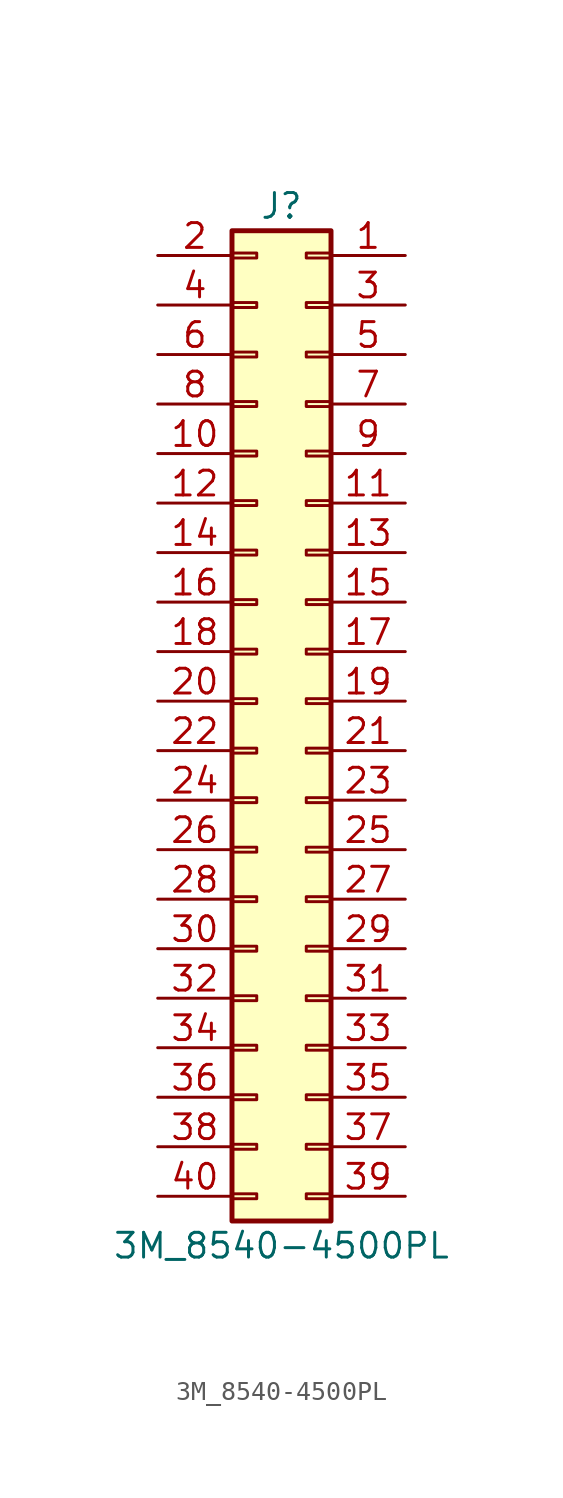
<source format=kicad_sym>
(kicad_symbol_lib
  (version 20211014)
  (generator kicad_symbol_editor)
  (symbol "3M_8540-4500PL"
    (pin_names
      (offset 1.016) hide)
    (property "Reference" "J"
      (at 1.27 25.4 0)
      (effects (font (size 1.27 1.27))))
    (property "Value" "3M_8540-4500PL"
      (at 1.27 -27.94 0)
      (effects (font (size 1.27 1.27))))
    (symbol "3M_8540-4500PL_1_1"
      (rectangle (start -1.27 -25.273) (end 0 -25.527) (stroke (width 0.152) (type default) (color 0 0 0 0)) (fill (type none)))
      (rectangle (start -1.27 -22.733) (end 0 -22.987) (stroke (width 0.152) (type default) (color 0 0 0 0)) (fill (type none)))
      (rectangle (start -1.27 -20.193) (end 0 -20.447) (stroke (width 0.152) (type default) (color 0 0 0 0)) (fill (type none)))
      (rectangle (start -1.27 -17.653) (end 0 -17.907) (stroke (width 0.152) (type default) (color 0 0 0 0)) (fill (type none)))
      (rectangle (start -1.27 -15.113) (end 0 -15.367) (stroke (width 0.152) (type default) (color 0 0 0 0)) (fill (type none)))
      (rectangle (start -1.27 -12.573) (end 0 -12.827) (stroke (width 0.152) (type default) (color 0 0 0 0)) (fill (type none)))
      (rectangle (start -1.27 -10.033) (end 0 -10.287) (stroke (width 0.152) (type default) (color 0 0 0 0)) (fill (type none)))
      (rectangle (start -1.27 -7.493) (end 0 -7.747) (stroke (width 0.152) (type default) (color 0 0 0 0)) (fill (type none)))
      (rectangle (start -1.27 -4.953) (end 0 -5.207) (stroke (width 0.152) (type default) (color 0 0 0 0)) (fill (type none)))
      (rectangle (start -1.27 -2.413) (end 0 -2.667) (stroke (width 0.152) (type default) (color 0 0 0 0)) (fill (type none)))
      (rectangle (start -1.27 0.127) (end 0 -0.127) (stroke (width 0.152) (type default) (color 0 0 0 0)) (fill (type none)))
      (rectangle (start -1.27 2.667) (end 0 2.413) (stroke (width 0.152) (type default) (color 0 0 0 0)) (fill (type none)))
      (rectangle (start -1.27 5.207) (end 0 4.953) (stroke (width 0.152) (type default) (color 0 0 0 0)) (fill (type none)))
      (rectangle (start -1.27 7.747) (end 0 7.493) (stroke (width 0.152) (type default) (color 0 0 0 0)) (fill (type none)))
      (rectangle (start -1.27 10.287) (end 0 10.033) (stroke (width 0.152) (type default) (color 0 0 0 0)) (fill (type none)))
      (rectangle (start -1.27 12.827) (end 0 12.573) (stroke (width 0.152) (type default) (color 0 0 0 0)) (fill (type none)))
      (rectangle (start -1.27 15.367) (end 0 15.113) (stroke (width 0.152) (type default) (color 0 0 0 0)) (fill (type none)))
      (rectangle (start -1.27 17.907) (end 0 17.653) (stroke (width 0.152) (type default) (color 0 0 0 0)) (fill (type none)))
      (rectangle (start -1.27 20.447) (end 0 20.193) (stroke (width 0.152) (type default) (color 0 0 0 0)) (fill (type none)))
      (rectangle (start -1.27 22.987) (end 0 22.733) (stroke (width 0.152) (type default) (color 0 0 0 0)) (fill (type none)))
      (rectangle (start -1.27 24.13) (end 3.81 -26.67) (stroke (width 0.254) (type default) (color 0 0 0 0)) (fill (type background)))
      (rectangle (start 3.81 -25.273) (end 2.54 -25.527) (stroke (width 0.152) (type default) (color 0 0 0 0)) (fill (type none)))
      (rectangle (start 3.81 -22.733) (end 2.54 -22.987) (stroke (width 0.152) (type default) (color 0 0 0 0)) (fill (type none)))
      (rectangle (start 3.81 -20.193) (end 2.54 -20.447) (stroke (width 0.152) (type default) (color 0 0 0 0)) (fill (type none)))
      (rectangle (start 3.81 -17.653) (end 2.54 -17.907) (stroke (width 0.152) (type default) (color 0 0 0 0)) (fill (type none)))
      (rectangle (start 3.81 -15.113) (end 2.54 -15.367) (stroke (width 0.152) (type default) (color 0 0 0 0)) (fill (type none)))
      (rectangle (start 3.81 -12.573) (end 2.54 -12.827) (stroke (width 0.152) (type default) (color 0 0 0 0)) (fill (type none)))
      (rectangle (start 3.81 -10.033) (end 2.54 -10.287) (stroke (width 0.152) (type default) (color 0 0 0 0)) (fill (type none)))
      (rectangle (start 3.81 -7.493) (end 2.54 -7.747) (stroke (width 0.152) (type default) (color 0 0 0 0)) (fill (type none)))
      (rectangle (start 3.81 -4.953) (end 2.54 -5.207) (stroke (width 0.152) (type default) (color 0 0 0 0)) (fill (type none)))
      (rectangle (start 3.81 -2.413) (end 2.54 -2.667) (stroke (width 0.152) (type default) (color 0 0 0 0)) (fill (type none)))
      (rectangle (start 3.81 0.127) (end 2.54 -0.127) (stroke (width 0.152) (type default) (color 0 0 0 0)) (fill (type none)))
      (rectangle (start 3.81 2.667) (end 2.54 2.413) (stroke (width 0.152) (type default) (color 0 0 0 0)) (fill (type none)))
      (rectangle (start 3.81 5.207) (end 2.54 4.953) (stroke (width 0.152) (type default) (color 0 0 0 0)) (fill (type none)))
      (rectangle (start 3.81 7.747) (end 2.54 7.493) (stroke (width 0.152) (type default) (color 0 0 0 0)) (fill (type none)))
      (rectangle (start 3.81 10.287) (end 2.54 10.033) (stroke (width 0.152) (type default) (color 0 0 0 0)) (fill (type none)))
      (rectangle (start 3.81 12.827) (end 2.54 12.573) (stroke (width 0.152) (type default) (color 0 0 0 0)) (fill (type none)))
      (rectangle (start 3.81 15.367) (end 2.54 15.113) (stroke (width 0.152) (type default) (color 0 0 0 0)) (fill (type none)))
      (rectangle (start 3.81 17.907) (end 2.54 17.653) (stroke (width 0.152) (type default) (color 0 0 0 0)) (fill (type none)))
      (rectangle (start 3.81 20.447) (end 2.54 20.193) (stroke (width 0.152) (type default) (color 0 0 0 0)) (fill (type none)))
      (rectangle (start 3.81 22.987) (end 2.54 22.733) (stroke (width 0.152) (type default) (color 0 0 0 0)) (fill (type none)))
      (pin passive line (at 7.62 22.86 180) (length 3.81) (name "+5V" (effects (font (size 1.27 1.27)))) (number "1" (effects (font (size 1.27 1.27)))))
      (pin passive line (at -5.08 12.7 0) (length 3.81) (name "GND" (effects (font (size 1.27 1.27)))) (number "10" (effects (font (size 1.27 1.27)))))
      (pin passive line (at 7.62 10.16 180) (length 3.81) (name "D13" (effects (font (size 1.27 1.27)))) (number "11" (effects (font (size 1.27 1.27)))))
      (pin passive line (at -5.08 10.16 0) (length 3.81) (name "GND" (effects (font (size 1.27 1.27)))) (number "12" (effects (font (size 1.27 1.27)))))
      (pin passive line (at 7.62 7.62 180) (length 3.81) (name "D12" (effects (font (size 1.27 1.27)))) (number "13" (effects (font (size 1.27 1.27)))))
      (pin passive line (at -5.08 7.62 0) (length 3.81) (name "GND" (effects (font (size 1.27 1.27)))) (number "14" (effects (font (size 1.27 1.27)))))
      (pin passive line (at 7.62 5.08 180) (length 3.81) (name "D11" (effects (font (size 1.27 1.27)))) (number "15" (effects (font (size 1.27 1.27)))))
      (pin passive line (at -5.08 5.08 0) (length 3.81) (name "GND" (effects (font (size 1.27 1.27)))) (number "16" (effects (font (size 1.27 1.27)))))
      (pin passive line (at 7.62 2.54 180) (length 3.81) (name "D10" (effects (font (size 1.27 1.27)))) (number "17" (effects (font (size 1.27 1.27)))))
      (pin passive line (at -5.08 2.54 0) (length 3.81) (name "GND" (effects (font (size 1.27 1.27)))) (number "18" (effects (font (size 1.27 1.27)))))
      (pin passive line (at 7.62 0 180) (length 3.81) (name "D9" (effects (font (size 1.27 1.27)))) (number "19" (effects (font (size 1.27 1.27)))))
      (pin passive line (at -5.08 22.86 0) (length 3.81) (name "PGND" (effects (font (size 1.27 1.27)))) (number "2" (effects (font (size 1.27 1.27)))))
      (pin passive line (at -5.08 0 0) (length 3.81) (name "GND" (effects (font (size 1.27 1.27)))) (number "20" (effects (font (size 1.27 1.27)))))
      (pin passive line (at 7.62 -2.54 180) (length 3.81) (name "D8" (effects (font (size 1.27 1.27)))) (number "21" (effects (font (size 1.27 1.27)))))
      (pin passive line (at -5.08 -2.54 0) (length 3.81) (name "GND" (effects (font (size 1.27 1.27)))) (number "22" (effects (font (size 1.27 1.27)))))
      (pin passive line (at 7.62 -5.08 180) (length 3.81) (name "D7" (effects (font (size 1.27 1.27)))) (number "23" (effects (font (size 1.27 1.27)))))
      (pin passive line (at -5.08 -5.08 0) (length 3.81) (name "GND" (effects (font (size 1.27 1.27)))) (number "24" (effects (font (size 1.27 1.27)))))
      (pin passive line (at 7.62 -7.62 180) (length 3.81) (name "D6" (effects (font (size 1.27 1.27)))) (number "25" (effects (font (size 1.27 1.27)))))
      (pin passive line (at -5.08 -7.62 0) (length 3.81) (name "GND" (effects (font (size 1.27 1.27)))) (number "26" (effects (font (size 1.27 1.27)))))
      (pin passive line (at 7.62 -10.16 180) (length 3.81) (name "D5" (effects (font (size 1.27 1.27)))) (number "27" (effects (font (size 1.27 1.27)))))
      (pin passive line (at -5.08 -10.16 0) (length 3.81) (name "GND" (effects (font (size 1.27 1.27)))) (number "28" (effects (font (size 1.27 1.27)))))
      (pin passive line (at 7.62 -12.7 180) (length 3.81) (name "D4" (effects (font (size 1.27 1.27)))) (number "29" (effects (font (size 1.27 1.27)))))
      (pin passive line (at 7.62 20.32 180) (length 3.81) (name "CLOCK" (effects (font (size 1.27 1.27)))) (number "3" (effects (font (size 1.27 1.27)))))
      (pin passive line (at -5.08 -12.7 0) (length 3.81) (name "GND" (effects (font (size 1.27 1.27)))) (number "30" (effects (font (size 1.27 1.27)))))
      (pin passive line (at 7.62 -15.24 180) (length 3.81) (name "D3" (effects (font (size 1.27 1.27)))) (number "31" (effects (font (size 1.27 1.27)))))
      (pin passive line (at -5.08 -15.24 0) (length 3.81) (name "GND" (effects (font (size 1.27 1.27)))) (number "32" (effects (font (size 1.27 1.27)))))
      (pin passive line (at 7.62 -17.78 180) (length 3.81) (name "D2" (effects (font (size 1.27 1.27)))) (number "33" (effects (font (size 1.27 1.27)))))
      (pin passive line (at -5.08 -17.78 0) (length 3.81) (name "GND" (effects (font (size 1.27 1.27)))) (number "34" (effects (font (size 1.27 1.27)))))
      (pin passive line (at 7.62 -20.32 180) (length 3.81) (name "D1" (effects (font (size 1.27 1.27)))) (number "35" (effects (font (size 1.27 1.27)))))
      (pin passive line (at -5.08 -20.32 0) (length 3.81) (name "GND" (effects (font (size 1.27 1.27)))) (number "36" (effects (font (size 1.27 1.27)))))
      (pin passive line (at 7.62 -22.86 180) (length 3.81) (name "D0" (effects (font (size 1.27 1.27)))) (number "37" (effects (font (size 1.27 1.27)))))
      (pin passive line (at -5.08 -22.86 0) (length 3.81) (name "GND" (effects (font (size 1.27 1.27)))) (number "38" (effects (font (size 1.27 1.27)))))
      (pin passive line (at 7.62 -25.4 180) (length 3.81) (name "+5V" (effects (font (size 1.27 1.27)))) (number "39" (effects (font (size 1.27 1.27)))))
      (pin passive line (at -5.08 20.32 0) (length 3.81) (name "GND" (effects (font (size 1.27 1.27)))) (number "4" (effects (font (size 1.27 1.27)))))
      (pin passive line (at -5.08 -25.4 0) (length 3.81) (name "PGND" (effects (font (size 1.27 1.27)))) (number "40" (effects (font (size 1.27 1.27)))))
      (pin passive line (at 7.62 17.78 180) (length 3.81) (name "DNC" (effects (font (size 1.27 1.27)))) (number "5" (effects (font (size 1.27 1.27)))))
      (pin passive line (at -5.08 17.78 0) (length 3.81) (name "GND" (effects (font (size 1.27 1.27)))) (number "6" (effects (font (size 1.27 1.27)))))
      (pin passive line (at 7.62 15.24 180) (length 3.81) (name "D15" (effects (font (size 1.27 1.27)))) (number "7" (effects (font (size 1.27 1.27)))))
      (pin passive line (at -5.08 15.24 0) (length 3.81) (name "GND" (effects (font (size 1.27 1.27)))) (number "8" (effects (font (size 1.27 1.27)))))
      (pin passive line (at 7.62 12.7 180) (length 3.81) (name "D14" (effects (font (size 1.27 1.27)))) (number "9" (effects (font (size 1.27 1.27))))))))
</source>
